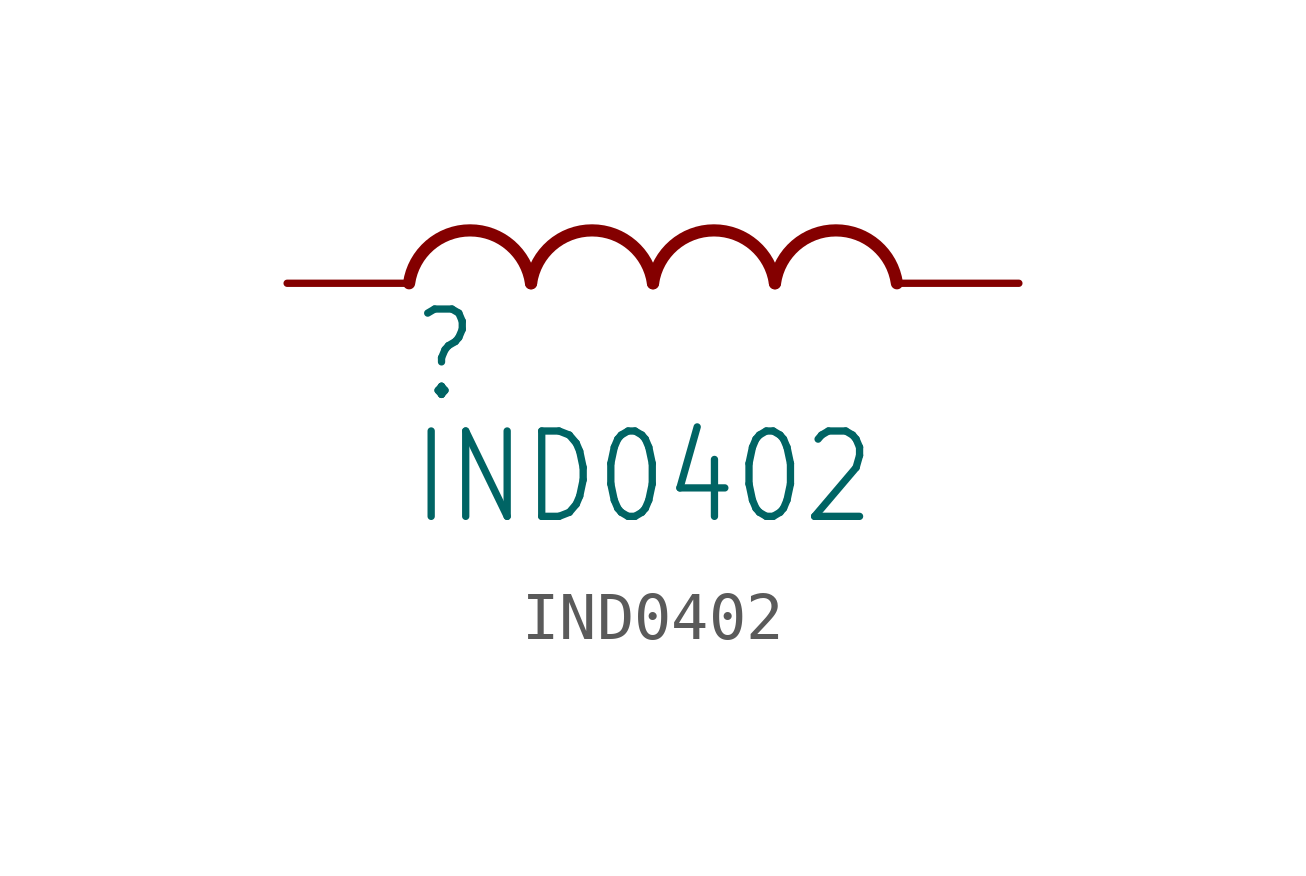
<source format=kicad_sym>
(kicad_symbol_lib
  (version 20220331)
  (generator kicad_symbol_editor)
  (symbol "IND0402"
    (property "Reference" ""
      (at 0 -2.54 0)
      (effects (font (size 1.778 1.511)) (justify left bottom)))
    (property "Value" "IND0402"
      (at 0 -5.08 0)
      (effects (font (size 1.778 1.511)) (justify left bottom)))
    (property "ki_locked" ""
      (at 0 0 0)
      (effects (font (size 1.27 1.27))))
    (symbol "IND0402_1_0"
      (arc (start 2.54 0) (mid 1.27 1.1015) (end 0 0) (stroke (width 0.254) (type solid)) (fill (type none)))
      (arc (start 5.08 0) (mid 3.81 1.1015) (end 2.54 0) (stroke (width 0.254) (type solid)) (fill (type none)))
      (arc (start 7.62 0) (mid 6.35 1.1015) (end 5.08 0) (stroke (width 0.254) (type solid)) (fill (type none)))
      (arc (start 10.16 0) (mid 8.89 1.1015) (end 7.62 0) (stroke (width 0.254) (type solid)) (fill (type none)))
      (pin bidirectional line (at -2.54 0 0) (length 2.54) (name "1" (effects (font (size 0 0)))) (number "1" (effects (font (size 0 0)))))
      (pin bidirectional line (at 12.7 0 180) (length 2.54) (name "2" (effects (font (size 0 0)))) (number "2" (effects (font (size 0 0))))))))
</source>
